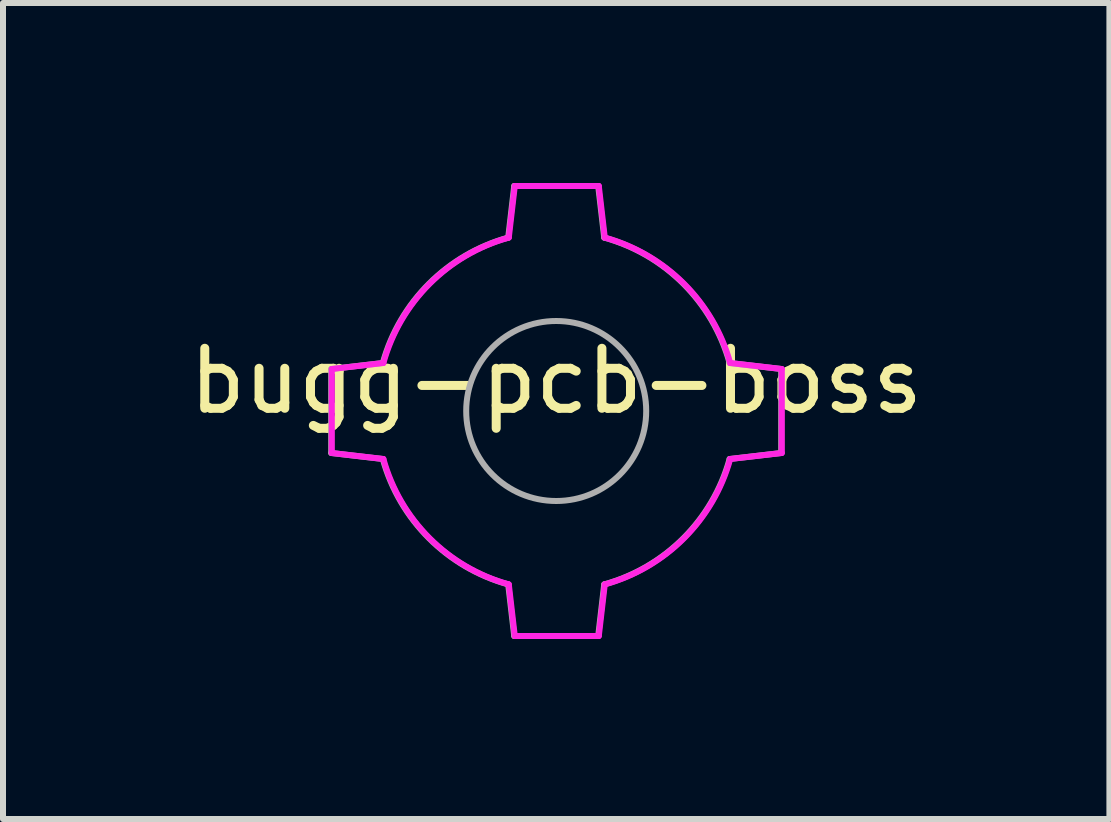
<source format=kicad_pcb>
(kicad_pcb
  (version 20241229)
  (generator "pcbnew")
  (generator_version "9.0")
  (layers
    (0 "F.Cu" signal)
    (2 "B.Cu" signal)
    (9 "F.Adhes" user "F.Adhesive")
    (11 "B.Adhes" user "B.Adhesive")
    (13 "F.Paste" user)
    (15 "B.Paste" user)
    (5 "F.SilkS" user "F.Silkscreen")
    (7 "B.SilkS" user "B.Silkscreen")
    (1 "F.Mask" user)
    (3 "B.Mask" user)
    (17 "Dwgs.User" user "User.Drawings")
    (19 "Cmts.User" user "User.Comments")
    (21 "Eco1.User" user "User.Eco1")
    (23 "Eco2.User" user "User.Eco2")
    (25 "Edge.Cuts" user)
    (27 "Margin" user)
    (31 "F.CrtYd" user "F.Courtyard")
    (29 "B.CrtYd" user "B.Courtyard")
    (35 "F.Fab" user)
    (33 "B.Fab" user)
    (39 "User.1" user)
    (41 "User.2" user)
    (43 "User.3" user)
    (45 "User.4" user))
  (footprint "bugg-pcb-boss"
    (layer "F.Cu")
    (at 6.22 3.8)
    (property "Reference" "bugg-pcb-boss" (at 0 -0.5 0) (unlocked yes) (layer "F.SilkS") (effects (font (size 1 1) (thickness 0.15))))
    (fp_line (start -3.74 -0.7) (end -2.88 -0.8) (stroke (width 0.1) (type default)) (layer "F.CrtYd"))
    (fp_line (start -3.74 0.7) (end -3.74 -0.7) (stroke (width 0.1) (type default)) (layer "F.CrtYd"))
    (fp_line (start -3.74 0.7) (end -2.88 0.8) (stroke (width 0.1) (type default)) (layer "F.CrtYd"))
    (fp_line (start -0.69 -3.75) (end -0.79 -2.89) (stroke (width 0.1) (type default)) (layer "F.CrtYd"))
    (fp_line (start -0.69 -3.75) (end 0.71 -3.75) (stroke (width 0.1) (type default)) (layer "F.CrtYd"))
    (fp_line (start -0.69 3.75) (end -0.79 2.89) (stroke (width 0.1) (type default)) (layer "F.CrtYd"))
    (fp_line (start -0.69 3.75) (end 0.71 3.75) (stroke (width 0.1) (type default)) (layer "F.CrtYd"))
    (fp_line (start 0.71 -3.75) (end 0.81 -2.89) (stroke (width 0.1) (type default)) (layer "F.CrtYd"))
    (fp_line (start 0.71 3.75) (end 0.81 2.89) (stroke (width 0.1) (type default)) (layer "F.CrtYd"))
    (fp_line (start 3.76 -0.7) (end 2.9 -0.8) (stroke (width 0.1) (type default)) (layer "F.CrtYd"))
    (fp_line (start 3.76 0.7) (end 2.9 0.8) (stroke (width 0.1) (type default)) (layer "F.CrtYd"))
    (fp_line (start 3.76 0.7) (end 3.76 -0.7) (stroke (width 0.1) (type default)) (layer "F.CrtYd"))
    (fp_arc (start -2.88 -0.8) (mid -2.110389 -2.120389) (end -0.79 -2.89) (stroke (width 0.1) (type default)) (layer "F.CrtYd"))
    (fp_arc (start -0.79 2.89) (mid -2.110389 2.120389) (end -2.88 0.8) (stroke (width 0.1) (type default)) (layer "F.CrtYd"))
    (fp_arc (start 0.81 -2.89) (mid 2.130389 -2.120389) (end 2.9 -0.8) (stroke (width 0.1) (type default)) (layer "F.CrtYd"))
    (fp_arc (start 2.9 0.8) (mid 2.130389 2.120389) (end 0.81 2.89) (stroke (width 0.1) (type default)) (layer "F.CrtYd"))
    (fp_line (start -3.75 -0.7) (end -2.89 -0.8) (stroke (width 0.1) (type default)) (layer "F.Fab"))
    (fp_line (start -3.75 0.7) (end -3.75 -0.7) (stroke (width 0.1) (type default)) (layer "F.Fab"))
    (fp_line (start -3.75 0.7) (end -2.89 0.8) (stroke (width 0.1) (type default)) (layer "F.Fab"))
    (fp_line (start -0.7 -3.75) (end -0.8 -2.89) (stroke (width 0.1) (type default)) (layer "F.Fab"))
    (fp_line (start -0.7 -3.75) (end 0.7 -3.75) (stroke (width 0.1) (type default)) (layer "F.Fab"))
    (fp_line (start -0.7 3.75) (end -0.8 2.89) (stroke (width 0.1) (type default)) (layer "F.Fab"))
    (fp_line (start -0.7 3.75) (end 0.7 3.75) (stroke (width 0.1) (type default)) (layer "F.Fab"))
    (fp_line (start 0.7 -3.75) (end 0.8 -2.89) (stroke (width 0.1) (type default)) (layer "F.Fab"))
    (fp_line (start 0.7 3.75) (end 0.8 2.89) (stroke (width 0.1) (type default)) (layer "F.Fab"))
    (fp_line (start 3.75 -0.7) (end 2.89 -0.8) (stroke (width 0.1) (type default)) (layer "F.Fab"))
    (fp_line (start 3.75 0.7) (end 2.89 0.8) (stroke (width 0.1) (type default)) (layer "F.Fab"))
    (fp_line (start 3.75 0.7) (end 3.75 -0.7) (stroke (width 0.1) (type default)) (layer "F.Fab"))
    (fp_arc (start -2.89 -0.8) (mid -2.120389 -2.120389) (end -0.8 -2.89) (stroke (width 0.1) (type default)) (layer "F.Fab"))
    (fp_arc (start -0.8 2.89) (mid -2.120389 2.120389) (end -2.89 0.8) (stroke (width 0.1) (type default)) (layer "F.Fab"))
    (fp_arc (start 0.8 -2.89) (mid 2.120389 -2.120389) (end 2.89 -0.8) (stroke (width 0.1) (type default)) (layer "F.Fab"))
    (fp_arc (start 2.89 0.8) (mid 2.120389 2.120389) (end 0.8 2.89) (stroke (width 0.1) (type default)) (layer "F.Fab"))
    (fp_circle (center 0 0) (end 1.5 0) (stroke (width 0.1) (type default)) (fill no) (layer "F.Fab")))
  (gr_rect
    (start -3 -3)
    (end 15.44 10.6)
    (stroke (width 0.1) (type default))
    (fill no)
    (layer "Edge.Cuts")))
</source>
